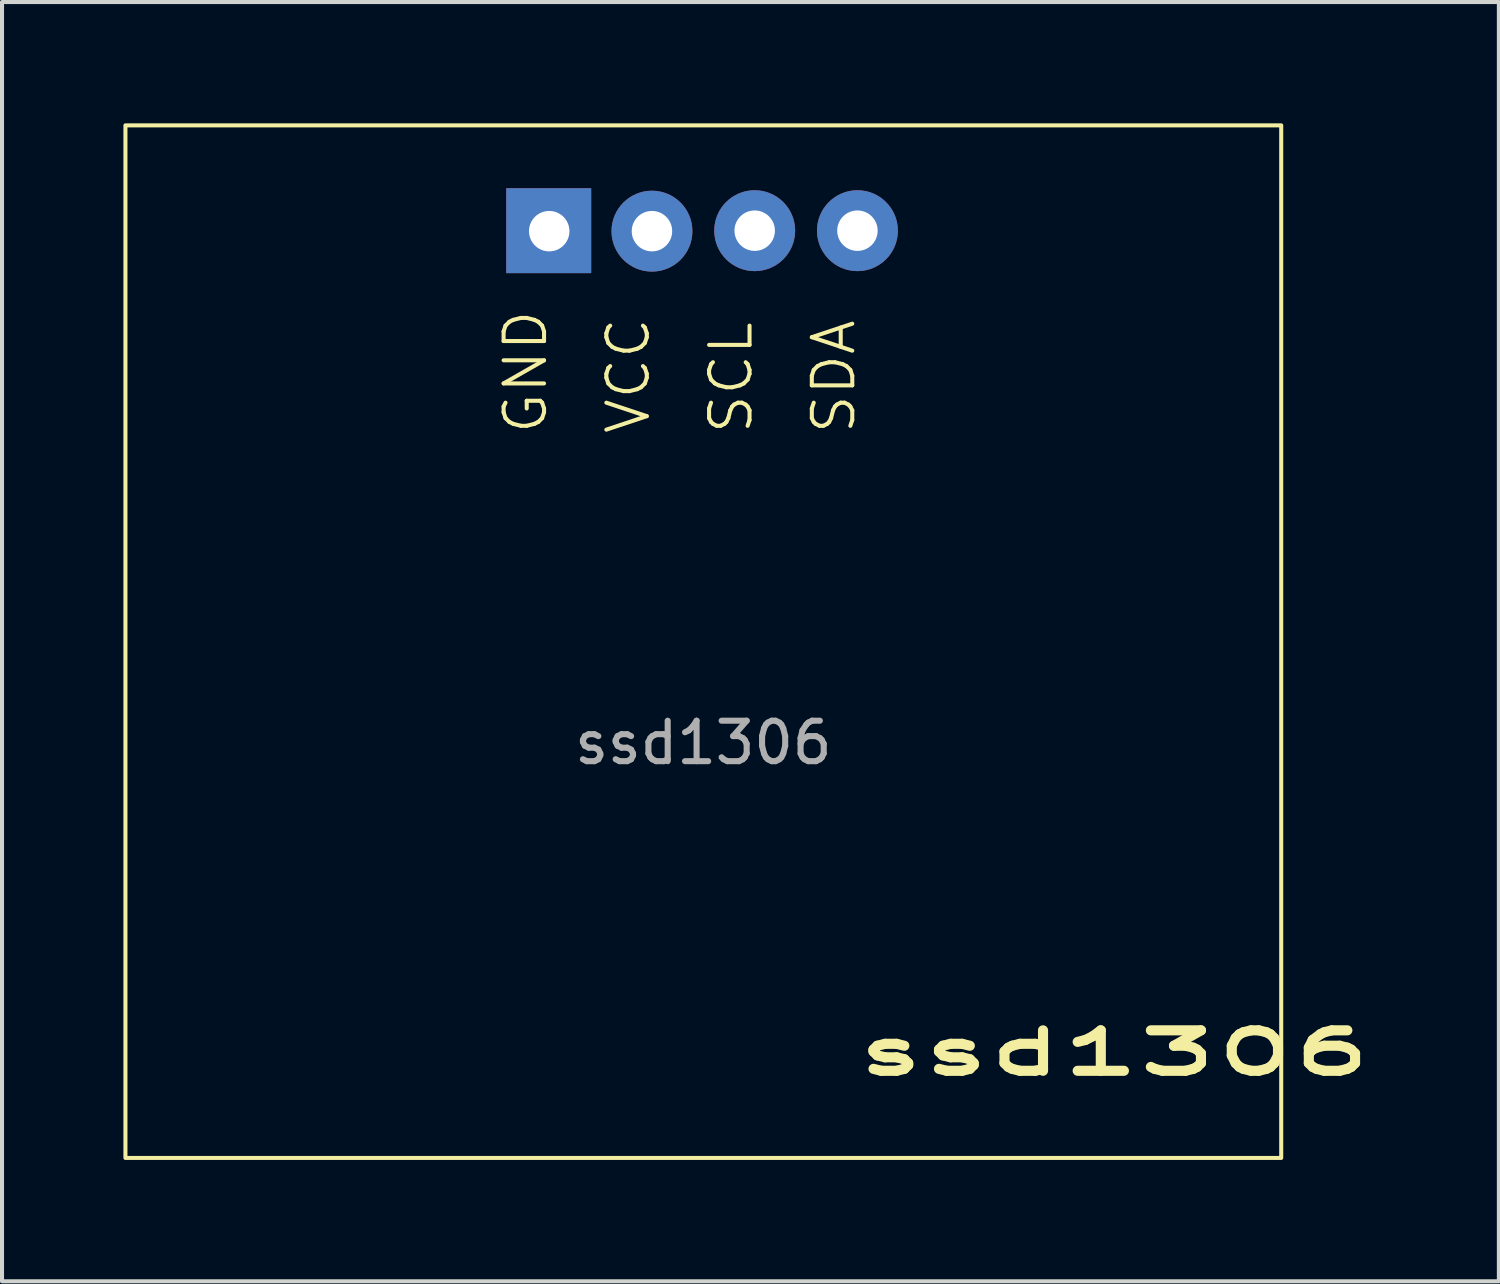
<source format=kicad_pcb>
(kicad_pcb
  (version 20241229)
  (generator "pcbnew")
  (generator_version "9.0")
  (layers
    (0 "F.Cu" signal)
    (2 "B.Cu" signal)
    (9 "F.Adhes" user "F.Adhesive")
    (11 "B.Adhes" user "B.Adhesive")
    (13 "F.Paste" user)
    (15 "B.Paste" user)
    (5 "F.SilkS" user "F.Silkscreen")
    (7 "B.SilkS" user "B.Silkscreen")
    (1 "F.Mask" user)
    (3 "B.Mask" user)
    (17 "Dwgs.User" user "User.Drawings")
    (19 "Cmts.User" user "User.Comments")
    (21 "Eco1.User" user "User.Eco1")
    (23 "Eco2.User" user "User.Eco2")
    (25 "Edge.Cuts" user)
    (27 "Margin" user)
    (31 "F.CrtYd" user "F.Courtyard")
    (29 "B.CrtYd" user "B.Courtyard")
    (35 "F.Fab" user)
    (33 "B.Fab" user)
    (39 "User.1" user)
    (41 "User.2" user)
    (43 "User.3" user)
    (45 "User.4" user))
  (footprint "ssd1306"
    (layer "F.Cu")
    (at 14.338 12.813)
    (property "Reference" "ssd1306" (at 10.16 10.16 0) (unlocked yes) (layer "F.SilkS") (effects (font (size 1 2) (thickness 0.25) (bold yes))))
    (attr through_hole)
    (fp_rect (start -14.287 -12.764) (end 14.287 12.764) (stroke (width 0.1) (type default)) (fill no) (layer "F.SilkS"))
    (fp_text user "SDA" (at 3.81 -5.08 90) (unlocked yes) (layer "F.SilkS") (effects (font (size 1 1) (thickness 0.1)) (justify left bottom)))
    (fp_text user "VCC" (at -1.27 -5.08 90) (unlocked yes) (layer "F.SilkS") (effects (font (size 1 1) (thickness 0.1)) (justify left bottom)))
    (fp_text user "GND" (at -3.81 -5.08 90) (unlocked yes) (layer "F.SilkS") (effects (font (size 1 1) (thickness 0.1)) (justify left bottom)))
    (fp_text user "SCL" (at 1.27 -5.08 90) (unlocked yes) (layer "F.SilkS") (effects (font (size 1 1) (thickness 0.1)) (justify left bottom)))
    (fp_text user "${REFERENCE}" (at 0 2.5 0) (unlocked yes) (layer "F.Fab") (effects (font (size 1 1) (thickness 0.15))))
    (pad "1" thru_hole rect (at -3.81 -10.148) (size 2.1 2.1) (drill 1 (offset -0.012 -0.012)) (layers "*.Cu" "*.Mask"))
    (pad "2" thru_hole circle (at -1.27 -10.148) (size 2 2) (drill 1) (layers "*.Cu" "*.Mask"))
    (pad "3" thru_hole circle (at 1.27 -10.16) (size 2 2) (drill 1) (layers "*.Cu" "*.Mask"))
    (pad "4" thru_hole circle (at 3.81 -10.16) (size 2 2) (drill 1) (layers "*.Cu" "*.Mask")))
  (gr_rect
    (start -3 -3)
    (end 34.006 28.627)
    (stroke (width 0.1) (type default))
    (fill no)
    (layer "Edge.Cuts")))
</source>
